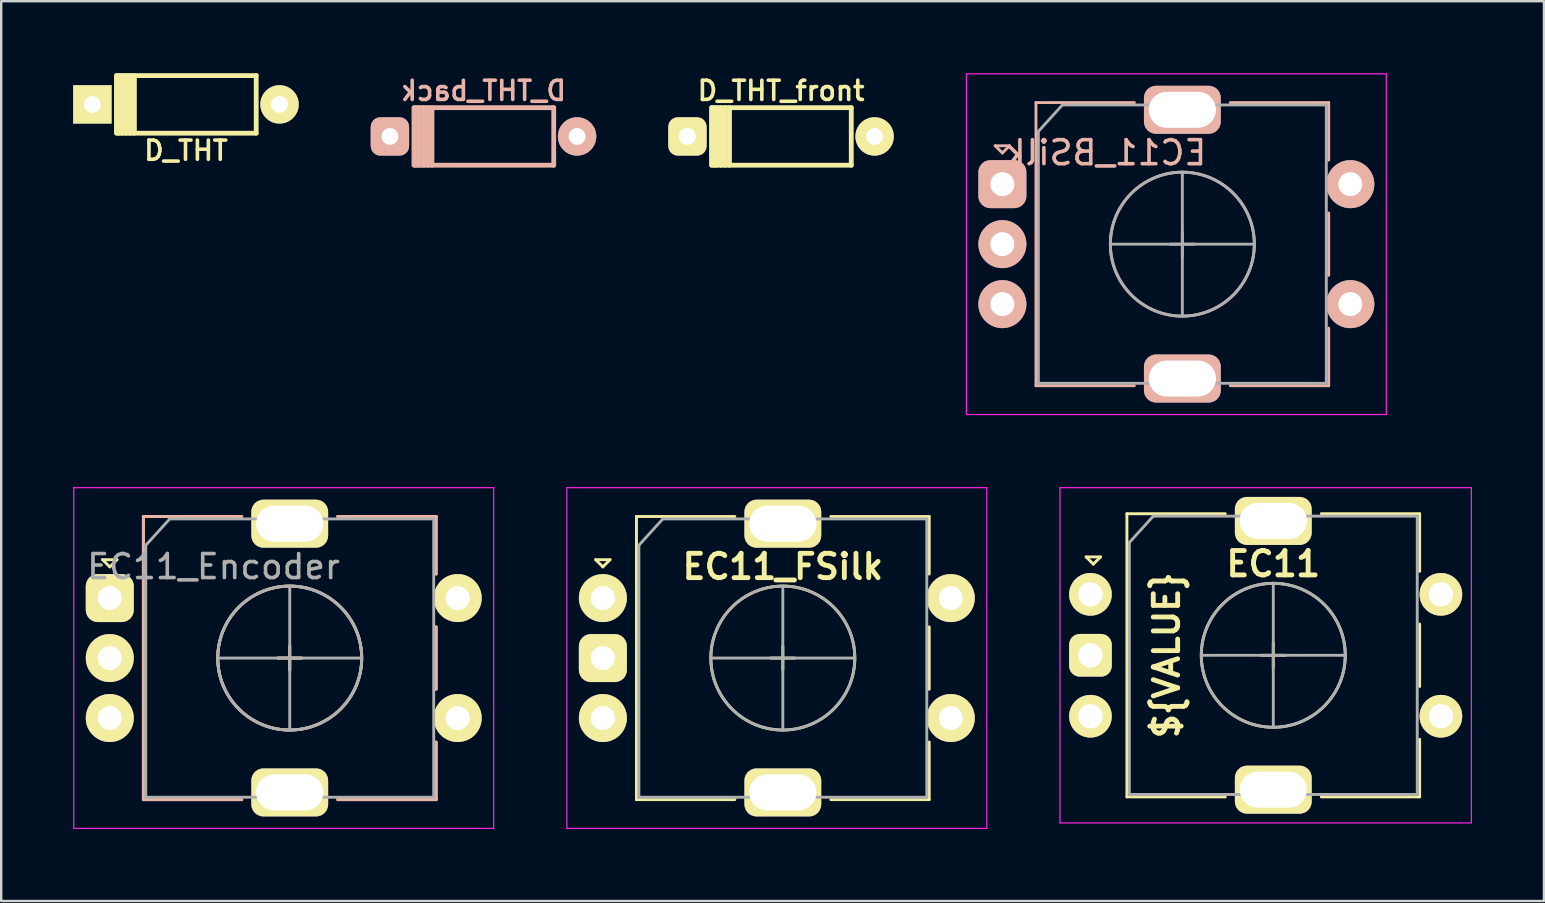
<source format=kicad_pcb>
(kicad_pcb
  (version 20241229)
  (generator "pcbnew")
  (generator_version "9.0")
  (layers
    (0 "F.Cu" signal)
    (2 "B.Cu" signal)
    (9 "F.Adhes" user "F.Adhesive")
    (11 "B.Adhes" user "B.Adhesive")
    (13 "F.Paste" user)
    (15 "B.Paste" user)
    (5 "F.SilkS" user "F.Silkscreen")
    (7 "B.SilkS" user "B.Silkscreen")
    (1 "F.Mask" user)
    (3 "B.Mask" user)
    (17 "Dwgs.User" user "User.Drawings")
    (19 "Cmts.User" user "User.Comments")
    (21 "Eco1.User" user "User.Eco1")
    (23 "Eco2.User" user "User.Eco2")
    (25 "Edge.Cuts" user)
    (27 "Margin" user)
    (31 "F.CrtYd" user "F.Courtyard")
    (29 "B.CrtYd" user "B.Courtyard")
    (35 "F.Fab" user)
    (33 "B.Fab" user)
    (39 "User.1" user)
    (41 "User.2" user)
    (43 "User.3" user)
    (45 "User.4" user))
  (footprint "EC11_FSilk"
    (layer "F.Cu")
    (at 29.575 24.375)
    (property "Reference" "EC11_FSilk" (at 0 -3.81 0) (layer "F.SilkS") (effects (font (size 1.016 1.016) (thickness 0.203))))
    (property "Value" "${VALUE}" (at 3.175 3.81 0) (layer "F.Fab") (hide yes) (effects (font (size 1.016 1.016) (thickness 0.203))))
    (attr through_hole)
    (fp_line (start -7.8 -4.1) (end -7.2 -4.1) (stroke (width 0.12) (type solid)) (layer "F.SilkS"))
    (fp_line (start -7.5 -3.8) (end -7.8 -4.1) (stroke (width 0.12) (type solid)) (layer "F.SilkS"))
    (fp_line (start -7.2 -4.1) (end -7.5 -3.8) (stroke (width 0.12) (type solid)) (layer "F.SilkS"))
    (fp_line (start -6.1 -5.9) (end -6.1 5.9) (stroke (width 0.12) (type solid)) (layer "F.SilkS"))
    (fp_line (start -2 -5.9) (end -6.1 -5.9) (stroke (width 0.12) (type solid)) (layer "F.SilkS"))
    (fp_line (start -2 5.9) (end -6.1 5.9) (stroke (width 0.12) (type solid)) (layer "F.SilkS"))
    (fp_line (start -0.5 0) (end 0.5 0) (stroke (width 0.12) (type solid)) (layer "F.SilkS"))
    (fp_line (start 0 -0.5) (end 0 0.5) (stroke (width 0.12) (type solid)) (layer "F.SilkS"))
    (fp_line (start 2 -5.9) (end 6.1 -5.9) (stroke (width 0.12) (type solid)) (layer "F.SilkS"))
    (fp_line (start 6.1 -5.9) (end 6.1 -3.5) (stroke (width 0.12) (type solid)) (layer "F.SilkS"))
    (fp_line (start 6.1 -1.3) (end 6.1 1.3) (stroke (width 0.12) (type solid)) (layer "F.SilkS"))
    (fp_line (start 6.1 3.5) (end 6.1 5.9) (stroke (width 0.12) (type solid)) (layer "F.SilkS"))
    (fp_line (start 6.1 5.9) (end 2 5.9) (stroke (width 0.12) (type solid)) (layer "F.SilkS"))
    (fp_circle (center 0 0) (end 3 0) (stroke (width 0.12) (type solid)) (fill no) (layer "F.SilkS"))
    (fp_line (start -9 -7.1) (end -9 7.1) (stroke (width 0.05) (type solid)) (layer "F.CrtYd"))
    (fp_line (start -9 -7.1) (end 8.5 -7.1) (stroke (width 0.05) (type solid)) (layer "F.CrtYd"))
    (fp_line (start 8.5 7.1) (end -9 7.1) (stroke (width 0.05) (type solid)) (layer "F.CrtYd"))
    (fp_line (start 8.5 7.1) (end 8.5 -7.1) (stroke (width 0.05) (type solid)) (layer "F.CrtYd"))
    (fp_line (start -6 -4.7) (end -5 -5.8) (stroke (width 0.12) (type solid)) (layer "F.Fab"))
    (fp_line (start -6 5.8) (end -6 -4.7) (stroke (width 0.12) (type solid)) (layer "F.Fab"))
    (fp_line (start -5 -5.8) (end 6 -5.8) (stroke (width 0.12) (type solid)) (layer "F.Fab"))
    (fp_line (start -3 0) (end 3 0) (stroke (width 0.12) (type solid)) (layer "F.Fab"))
    (fp_line (start 0 -3) (end 0 3) (stroke (width 0.12) (type solid)) (layer "F.Fab"))
    (fp_line (start 6 -5.8) (end 6 5.8) (stroke (width 0.12) (type solid)) (layer "F.Fab"))
    (fp_line (start 6 5.8) (end -6 5.8) (stroke (width 0.12) (type solid)) (layer "F.Fab"))
    (fp_circle (center 0 0) (end 3 0) (stroke (width 0.12) (type solid)) (fill no) (layer "F.Fab"))
    (pad "A" thru_hole circle (at -7.5 -2.5) (size 2 2) (drill 1) (layers "*.Cu" "*.Mask" "F.SilkS"))
    (pad "B" thru_hole circle (at -7.5 2.5) (size 2 2) (drill 1) (layers "*.Cu" "*.Mask" "F.SilkS"))
    (pad "C" thru_hole roundrect (at -7.5 0) (size 2 2) (drill 1) (layers "*.Cu" "*.Mask" "F.SilkS") (roundrect_rratio 0.25))
    (pad "MP" thru_hole roundrect (at 0 -5.6) (size 3.2 2) (drill oval 2.8 1.5) (layers "*.Cu" "*.Mask" "F.SilkS") (roundrect_rratio 0.25))
    (pad "MP" thru_hole roundrect (at 0 5.6) (size 3.2 2) (drill oval 2.8 1.5) (layers "*.Cu" "*.Mask" "F.SilkS") (roundrect_rratio 0.25))
    (pad "S1" thru_hole circle (at 7 -2.5) (size 2 2) (drill 1) (layers "*.Cu" "*.Mask" "F.SilkS"))
    (pad "S2" thru_hole circle (at 7 2.5) (size 2 2) (drill 1) (layers "*.Cu" "*.Mask" "F.SilkS")))
  (footprint "EC11_Encoder"
    (layer "F.Cu")
    (at 9.025 24.375)
    (property "Reference" "EC11_Encoder" (at -3.175 -3.81 0) (layer "F.Fab") (effects (font (size 1 1) (thickness 0.15))))
    (attr through_hole)
    (fp_line (start -7.8 -4.1) (end -7.2 -4.1) (stroke (width 0.12) (type solid)) (layer "F.SilkS"))
    (fp_line (start -7.5 -3.8) (end -7.8 -4.1) (stroke (width 0.12) (type solid)) (layer "F.SilkS"))
    (fp_line (start -7.2 -4.1) (end -7.5 -3.8) (stroke (width 0.12) (type solid)) (layer "F.SilkS"))
    (fp_line (start -6.1 -5.9) (end -6.1 5.9) (stroke (width 0.12) (type solid)) (layer "F.SilkS"))
    (fp_line (start -2 -5.9) (end -6.1 -5.9) (stroke (width 0.12) (type solid)) (layer "F.SilkS"))
    (fp_line (start -2 5.9) (end -6.1 5.9) (stroke (width 0.12) (type solid)) (layer "F.SilkS"))
    (fp_line (start -0.5 0) (end 0.5 0) (stroke (width 0.12) (type solid)) (layer "F.SilkS"))
    (fp_line (start 0 -0.5) (end 0 0.5) (stroke (width 0.12) (type solid)) (layer "F.SilkS"))
    (fp_line (start 2 -5.9) (end 6.1 -5.9) (stroke (width 0.12) (type solid)) (layer "F.SilkS"))
    (fp_line (start 6.1 -5.9) (end 6.1 -3.5) (stroke (width 0.12) (type solid)) (layer "F.SilkS"))
    (fp_line (start 6.1 -1.3) (end 6.1 1.3) (stroke (width 0.12) (type solid)) (layer "F.SilkS"))
    (fp_line (start 6.1 3.5) (end 6.1 5.9) (stroke (width 0.12) (type solid)) (layer "F.SilkS"))
    (fp_line (start 6.1 5.9) (end 2 5.9) (stroke (width 0.12) (type solid)) (layer "F.SilkS"))
    (fp_circle (center 0 0) (end 3 0) (stroke (width 0.12) (type solid)) (fill no) (layer "F.SilkS"))
    (fp_line (start -6.1 5.9) (end -6.1 -5.9) (stroke (width 0.12) (type solid)) (layer "B.SilkS"))
    (fp_line (start -2 -5.9) (end -6.1 -5.9) (stroke (width 0.12) (type solid)) (layer "B.SilkS"))
    (fp_line (start -2 5.9) (end -6.1 5.9) (stroke (width 0.12) (type solid)) (layer "B.SilkS"))
    (fp_line (start -0.5 0) (end 0.5 0) (stroke (width 0.12) (type solid)) (layer "B.SilkS"))
    (fp_line (start 0 0.5) (end 0 -0.5) (stroke (width 0.12) (type solid)) (layer "B.SilkS"))
    (fp_line (start 2 5.9) (end 6.1 5.9) (stroke (width 0.12) (type solid)) (layer "B.SilkS"))
    (fp_line (start 6.1 -5.9) (end 2 -5.9) (stroke (width 0.12) (type solid)) (layer "B.SilkS"))
    (fp_line (start 6.1 -3.5) (end 6.1 -5.9) (stroke (width 0.12) (type solid)) (layer "B.SilkS"))
    (fp_line (start 6.1 1.3) (end 6.1 -1.3) (stroke (width 0.12) (type solid)) (layer "B.SilkS"))
    (fp_line (start 6.1 5.9) (end 6.1 3.5) (stroke (width 0.12) (type solid)) (layer "B.SilkS"))
    (fp_circle (center 0 0) (end 3 0) (stroke (width 0.12) (type solid)) (fill no) (layer "B.SilkS"))
    (fp_line (start -9 -7.1) (end -9 7.1) (stroke (width 0.05) (type solid)) (layer "F.CrtYd"))
    (fp_line (start -9 -7.1) (end 8.5 -7.1) (stroke (width 0.05) (type solid)) (layer "F.CrtYd"))
    (fp_line (start 8.5 7.1) (end -9 7.1) (stroke (width 0.05) (type solid)) (layer "F.CrtYd"))
    (fp_line (start 8.5 7.1) (end 8.5 -7.1) (stroke (width 0.05) (type solid)) (layer "F.CrtYd"))
    (fp_line (start -6 -4.7) (end -5 -5.8) (stroke (width 0.12) (type solid)) (layer "F.Fab"))
    (fp_line (start -6 5.8) (end -6 -4.7) (stroke (width 0.12) (type solid)) (layer "F.Fab"))
    (fp_line (start -5 -5.8) (end 6 -5.8) (stroke (width 0.12) (type solid)) (layer "F.Fab"))
    (fp_line (start -3 0) (end 3 0) (stroke (width 0.12) (type solid)) (layer "F.Fab"))
    (fp_line (start 0 -3) (end 0 3) (stroke (width 0.12) (type solid)) (layer "F.Fab"))
    (fp_line (start 6 -5.8) (end 6 5.8) (stroke (width 0.12) (type solid)) (layer "F.Fab"))
    (fp_line (start 6 5.8) (end -6 5.8) (stroke (width 0.12) (type solid)) (layer "F.Fab"))
    (fp_circle (center 0 0) (end 3 0) (stroke (width 0.12) (type solid)) (fill no) (layer "F.Fab"))
    (pad "A" thru_hole roundrect (at -7.5 -2.5) (size 2 2) (drill 1) (layers "*.Cu" "*.Mask" "F.SilkS") (roundrect_rratio 0.25))
    (pad "B" thru_hole circle (at -7.5 2.5) (size 2 2) (drill 1) (layers "*.Cu" "*.Mask" "F.SilkS"))
    (pad "C" thru_hole circle (at -7.5 0) (size 2 2) (drill 1) (layers "*.Cu" "*.Mask" "F.SilkS"))
    (pad "MP" thru_hole roundrect (at 0 -5.6) (size 3.2 2) (drill oval 2.8 1.5) (layers "*.Cu" "*.Mask" "F.SilkS") (roundrect_rratio 0.25))
    (pad "MP" thru_hole roundrect (at 0 5.6) (size 3.2 2) (drill oval 2.8 1.5) (layers "*.Cu" "*.Mask" "F.SilkS") (roundrect_rratio 0.25))
    (pad "S1" thru_hole circle (at 7 2.5) (size 2 2) (drill 1) (layers "*.Cu" "*.Mask" "F.SilkS"))
    (pad "S2" thru_hole circle (at 7 -2.5) (size 2 2) (drill 1) (layers "*.Cu" "*.Mask" "F.SilkS")))
  (footprint "D_THT_front"
    (layer "F.Cu")
    (at 29.5 2.636)
    (property "Reference" "D_THT_front" (at 0 -1.905 0) (layer "F.SilkS") (effects (font (size 0.8 0.8) (thickness 0.15))))
    (property "Value" "${VALUE}" (at 0 1.905 0) (layer "F.SilkS") (hide yes) (effects (font (size 0.8 0.8) (thickness 0.15))))
    (attr smd)
    (fp_line (start -2.898 1.2) (end -2.898 -1.2) (stroke (width 0.2) (type solid)) (layer "F.SilkS"))
    (fp_line (start -2.873 -1.2) (end 2.927 -1.2) (stroke (width 0.2) (type solid)) (layer "F.SilkS"))
    (fp_line (start -2.798 -1.2) (end -2.798 1.2) (stroke (width 0.2) (type solid)) (layer "F.SilkS"))
    (fp_line (start -2.673 -1.2) (end -2.673 1.2) (stroke (width 0.2) (type solid)) (layer "F.SilkS"))
    (fp_line (start -2.498 -1.2) (end -2.498 1.2) (stroke (width 0.2) (type solid)) (layer "F.SilkS"))
    (fp_line (start -2.323 -1.2) (end -2.323 1.2) (stroke (width 0.2) (type solid)) (layer "F.SilkS"))
    (fp_line (start -2.148 -1.2) (end -2.148 1.2) (stroke (width 0.2) (type solid)) (layer "F.SilkS"))
    (fp_line (start 2.927 -1.2) (end 2.927 1.2) (stroke (width 0.2) (type solid)) (layer "F.SilkS"))
    (fp_line (start 2.927 1.2) (end -2.873 1.2) (stroke (width 0.2) (type solid)) (layer "F.SilkS"))
    (pad "1" thru_hole roundrect (at -3.9 0) (size 1.6 1.6) (drill 0.7) (layers "*.Cu" "*.Mask" "F.SilkS") (roundrect_rratio 0.25))
    (pad "2" thru_hole circle (at 3.9 0) (size 1.6 1.6) (drill 0.7) (layers "*.Cu" "*.Mask" "F.SilkS")))
  (footprint "EC11_BSilk"
    (layer "F.Cu")
    (at 46.225 7.125)
    (property "Reference" "EC11_BSilk" (at -3.175 -3.81 0) (layer "B.SilkS") (effects (font (size 1 1) (thickness 0.15)) (justify mirror)))
    (property "Value" "${VALUE}" (at 3.175 3.81 0) (layer "B.Fab") (hide yes) (effects (font (size 1 1) (thickness 0.15)) (justify mirror)))
    (attr through_hole)
    (fp_line (start -7.8 -4.1) (end -7.2 -4.1) (stroke (width 0.12) (type solid)) (layer "B.SilkS"))
    (fp_line (start -7.5 -3.8) (end -7.8 -4.1) (stroke (width 0.12) (type solid)) (layer "B.SilkS"))
    (fp_line (start -7.2 -4.1) (end -7.5 -3.8) (stroke (width 0.12) (type solid)) (layer "B.SilkS"))
    (fp_line (start -6.1 5.9) (end -6.1 -5.9) (stroke (width 0.12) (type solid)) (layer "B.SilkS"))
    (fp_line (start -2 -5.9) (end -6.1 -5.9) (stroke (width 0.12) (type solid)) (layer "B.SilkS"))
    (fp_line (start -2 5.9) (end -6.1 5.9) (stroke (width 0.12) (type solid)) (layer "B.SilkS"))
    (fp_line (start -0.5 0) (end 0.5 0) (stroke (width 0.12) (type solid)) (layer "B.SilkS"))
    (fp_line (start 0 0.5) (end 0 -0.5) (stroke (width 0.12) (type solid)) (layer "B.SilkS"))
    (fp_line (start 2 5.9) (end 6.1 5.9) (stroke (width 0.12) (type solid)) (layer "B.SilkS"))
    (fp_line (start 6.1 -5.9) (end 2 -5.9) (stroke (width 0.12) (type solid)) (layer "B.SilkS"))
    (fp_line (start 6.1 -3.5) (end 6.1 -5.9) (stroke (width 0.12) (type solid)) (layer "B.SilkS"))
    (fp_line (start 6.1 1.3) (end 6.1 -1.3) (stroke (width 0.12) (type solid)) (layer "B.SilkS"))
    (fp_line (start 6.1 5.9) (end 6.1 3.5) (stroke (width 0.12) (type solid)) (layer "B.SilkS"))
    (fp_circle (center 0 0) (end 3 0) (stroke (width 0.12) (type solid)) (fill no) (layer "B.SilkS"))
    (fp_line (start -9 -7.1) (end -9 7.1) (stroke (width 0.05) (type solid)) (layer "F.CrtYd"))
    (fp_line (start -9 -7.1) (end 8.5 -7.1) (stroke (width 0.05) (type solid)) (layer "F.CrtYd"))
    (fp_line (start 8.5 7.1) (end -9 7.1) (stroke (width 0.05) (type solid)) (layer "F.CrtYd"))
    (fp_line (start 8.5 7.1) (end 8.5 -7.1) (stroke (width 0.05) (type solid)) (layer "F.CrtYd"))
    (fp_line (start -6 -4.7) (end -5 -5.8) (stroke (width 0.12) (type solid)) (layer "F.Fab"))
    (fp_line (start -6 5.8) (end -6 -4.7) (stroke (width 0.12) (type solid)) (layer "F.Fab"))
    (fp_line (start -5 -5.8) (end 6 -5.8) (stroke (width 0.12) (type solid)) (layer "F.Fab"))
    (fp_line (start -3 0) (end 3 0) (stroke (width 0.12) (type solid)) (layer "F.Fab"))
    (fp_line (start 0 -3) (end 0 3) (stroke (width 0.12) (type solid)) (layer "F.Fab"))
    (fp_line (start 6 -5.8) (end 6 5.8) (stroke (width 0.12) (type solid)) (layer "F.Fab"))
    (fp_line (start 6 5.8) (end -6 5.8) (stroke (width 0.12) (type solid)) (layer "F.Fab"))
    (fp_circle (center 0 0) (end 3 0) (stroke (width 0.12) (type solid)) (fill no) (layer "F.Fab"))
    (pad "A" thru_hole roundrect (at -7.5 -2.5) (size 2 2) (drill 1) (layers "*.Cu" "*.Mask" "B.SilkS") (roundrect_rratio 0.25))
    (pad "B" thru_hole circle (at -7.5 2.5) (size 2 2) (drill 1) (layers "*.Cu" "*.Mask" "B.SilkS"))
    (pad "C" thru_hole circle (at -7.5 0) (size 2 2) (drill 1) (layers "*.Cu" "*.Mask" "B.SilkS"))
    (pad "MP" thru_hole roundrect (at 0 -5.6) (size 3.2 2) (drill oval 2.8 1.5) (layers "*.Cu" "*.Mask" "B.SilkS") (roundrect_rratio 0.25))
    (pad "MP" thru_hole roundrect (at 0 5.6) (size 3.2 2) (drill oval 2.8 1.5) (layers "*.Cu" "*.Mask" "B.SilkS") (roundrect_rratio 0.25))
    (pad "S1" thru_hole circle (at 7 -2.5) (size 2 2) (drill 1) (layers "*.Cu" "*.Mask" "B.SilkS"))
    (pad "S2" thru_hole circle (at 7 2.5) (size 2 2) (drill 1) (layers "*.Cu" "*.Mask" "B.SilkS")))
  (footprint "D_THT"
    (layer "F.Cu")
    (at 4.7 1.3)
    (property "Reference" "D_THT" (at 0 1.925 0) (layer "F.SilkS") (effects (font (size 0.8 0.8) (thickness 0.15))))
    (attr smd)
    (fp_line (start -2.898 1.2) (end -2.898 -1.2) (stroke (width 0.2) (type solid)) (layer "F.SilkS"))
    (fp_line (start -2.873 -1.2) (end 2.927 -1.2) (stroke (width 0.2) (type solid)) (layer "F.SilkS"))
    (fp_line (start -2.798 -1.2) (end -2.798 1.2) (stroke (width 0.2) (type solid)) (layer "F.SilkS"))
    (fp_line (start -2.673 -1.2) (end -2.673 1.2) (stroke (width 0.2) (type solid)) (layer "F.SilkS"))
    (fp_line (start -2.498 -1.2) (end -2.498 1.2) (stroke (width 0.2) (type solid)) (layer "F.SilkS"))
    (fp_line (start -2.323 -1.2) (end -2.323 1.2) (stroke (width 0.2) (type solid)) (layer "F.SilkS"))
    (fp_line (start -2.148 -1.2) (end -2.148 1.2) (stroke (width 0.2) (type solid)) (layer "F.SilkS"))
    (fp_line (start 2.927 -1.2) (end 2.927 1.2) (stroke (width 0.2) (type solid)) (layer "F.SilkS"))
    (fp_line (start 2.927 1.2) (end -2.873 1.2) (stroke (width 0.2) (type solid)) (layer "F.SilkS"))
    (pad "1" thru_hole rect (at -3.9 0) (size 1.6 1.6) (drill 0.7) (layers "*.Cu" "*.Mask" "F.SilkS"))
    (pad "2" thru_hole circle (at 3.9 0) (size 1.6 1.6) (drill 0.7) (layers "*.Cu" "*.Mask" "F.SilkS")))
  (footprint "D_THT_back"
    (layer "F.Cu")
    (at 17.1 2.636)
    (property "Reference" "D_THT_back" (at 0 -1.905 0) (layer "B.SilkS") (effects (font (size 0.8 0.8) (thickness 0.15)) (justify mirror)))
    (property "Value" "${VALUE}" (at 0 1.905 0) (layer "B.Fab") (hide yes) (effects (font (size 0.8 0.8) (thickness 0.15)) (justify mirror)))
    (attr smd)
    (fp_line (start -2.898 -1.2) (end -2.898 1.2) (stroke (width 0.2) (type solid)) (layer "B.SilkS"))
    (fp_line (start -2.873 1.2) (end 2.927 1.2) (stroke (width 0.2) (type solid)) (layer "B.SilkS"))
    (fp_line (start -2.798 1.2) (end -2.798 -1.2) (stroke (width 0.2) (type solid)) (layer "B.SilkS"))
    (fp_line (start -2.673 1.2) (end -2.673 -1.2) (stroke (width 0.2) (type solid)) (layer "B.SilkS"))
    (fp_line (start -2.498 1.2) (end -2.498 -1.2) (stroke (width 0.2) (type solid)) (layer "B.SilkS"))
    (fp_line (start -2.323 1.2) (end -2.323 -1.2) (stroke (width 0.2) (type solid)) (layer "B.SilkS"))
    (fp_line (start -2.148 1.2) (end -2.148 -1.2) (stroke (width 0.2) (type solid)) (layer "B.SilkS"))
    (fp_line (start 2.927 -1.2) (end -2.873 -1.2) (stroke (width 0.2) (type solid)) (layer "B.SilkS"))
    (fp_line (start 2.927 1.2) (end 2.927 -1.2) (stroke (width 0.2) (type solid)) (layer "B.SilkS"))
    (pad "1" thru_hole roundrect (at -3.9 0) (size 1.6 1.6) (drill 0.7) (layers "*.Cu" "*.Mask" "B.SilkS") (roundrect_rratio 0.25))
    (pad "2" thru_hole circle (at 3.9 0) (size 1.6 1.6) (drill 0.7) (layers "*.Cu" "*.Mask" "B.SilkS")))
  (footprint "EC11"
    (layer "F.Cu")
    (at 50.015 24.26)
    (property "Reference" "EC11" (at 0 -3.81 0) (layer "F.SilkS") (effects (font (size 1.016 1.016) (thickness 0.203))))
    (property "Value" "${VALUE}" (at 3.175 3.81 0) (layer "F.Fab") (hide yes) (effects (font (size 1.016 1.016) (thickness 0.203))))
    (attr through_hole)
    (fp_line (start -7.8 -4.1) (end -7.2 -4.1) (stroke (width 0.12) (type solid)) (layer "F.SilkS"))
    (fp_line (start -7.5 -3.8) (end -7.8 -4.1) (stroke (width 0.12) (type solid)) (layer "F.SilkS"))
    (fp_line (start -7.2 -4.1) (end -7.5 -3.8) (stroke (width 0.12) (type solid)) (layer "F.SilkS"))
    (fp_line (start -6.1 -5.9) (end -6.1 5.9) (stroke (width 0.12) (type solid)) (layer "F.SilkS"))
    (fp_line (start -2 -5.9) (end -6.1 -5.9) (stroke (width 0.12) (type solid)) (layer "F.SilkS"))
    (fp_line (start -2 5.9) (end -6.1 5.9) (stroke (width 0.12) (type solid)) (layer "F.SilkS"))
    (fp_line (start -0.5 0) (end 0.5 0) (stroke (width 0.12) (type solid)) (layer "F.SilkS"))
    (fp_line (start 0 -0.5) (end 0 0.5) (stroke (width 0.12) (type solid)) (layer "F.SilkS"))
    (fp_line (start 2 -5.9) (end 6.1 -5.9) (stroke (width 0.12) (type solid)) (layer "F.SilkS"))
    (fp_line (start 6.1 -5.9) (end 6.1 -3.5) (stroke (width 0.12) (type solid)) (layer "F.SilkS"))
    (fp_line (start 6.1 -1.3) (end 6.1 1.3) (stroke (width 0.12) (type solid)) (layer "F.SilkS"))
    (fp_line (start 6.1 3.5) (end 6.1 5.9) (stroke (width 0.12) (type solid)) (layer "F.SilkS"))
    (fp_line (start 6.1 5.9) (end 2 5.9) (stroke (width 0.12) (type solid)) (layer "F.SilkS"))
    (fp_circle (center 0 0) (end 3 0) (stroke (width 0.12) (type solid)) (fill no) (layer "F.SilkS"))
    (fp_line (start -8.89 -6.985) (end -8.89 6.985) (stroke (width 0.05) (type solid)) (layer "F.CrtYd"))
    (fp_line (start -8.89 -6.985) (end 8.255 -6.985) (stroke (width 0.05) (type solid)) (layer "F.CrtYd"))
    (fp_line (start 8.255 6.985) (end -8.89 6.985) (stroke (width 0.05) (type solid)) (layer "F.CrtYd"))
    (fp_line (start 8.255 6.985) (end 8.255 -6.985) (stroke (width 0.05) (type solid)) (layer "F.CrtYd"))
    (fp_line (start -6 -4.7) (end -5 -5.8) (stroke (width 0.12) (type solid)) (layer "F.Fab"))
    (fp_line (start -6 5.8) (end -6 -4.7) (stroke (width 0.12) (type solid)) (layer "F.Fab"))
    (fp_line (start -5 -5.8) (end 6 -5.8) (stroke (width 0.12) (type solid)) (layer "F.Fab"))
    (fp_line (start -3 0) (end 3 0) (stroke (width 0.12) (type solid)) (layer "F.Fab"))
    (fp_line (start 0 -3) (end 0 3) (stroke (width 0.12) (type solid)) (layer "F.Fab"))
    (fp_line (start 6 -5.8) (end 6 5.8) (stroke (width 0.12) (type solid)) (layer "F.Fab"))
    (fp_line (start 6 5.8) (end -6 5.8) (stroke (width 0.12) (type solid)) (layer "F.Fab"))
    (fp_circle (center 0 0) (end 3 0) (stroke (width 0.12) (type solid)) (fill no) (layer "F.Fab"))
    (fp_text user "${VALUE}" (at -4.445 0 90) (layer "F.SilkS") (effects (font (size 1.016 1.016) (thickness 0.203))))
    (pad "A" thru_hole circle (at -7.62 -2.54) (size 1.778 1.778) (drill 1.016) (layers "*.Cu" "*.Mask" "F.SilkS"))
    (pad "B" thru_hole circle (at -7.62 2.54) (size 1.778 1.778) (drill 1.016) (layers "*.Cu" "*.Mask" "F.SilkS"))
    (pad "C" thru_hole roundrect (at -7.62 0) (size 1.778 1.778) (drill 1.016) (layers "*.Cu" "*.Mask" "F.SilkS") (roundrect_rratio 0.25))
    (pad "MP" thru_hole roundrect (at 0 -5.6) (size 3.2 2) (drill oval 2.8 1.5) (layers "*.Cu" "*.Mask" "F.SilkS") (roundrect_rratio 0.25))
    (pad "MP" thru_hole roundrect (at 0 5.6) (size 3.2 2) (drill oval 2.8 1.5) (layers "*.Cu" "*.Mask" "F.SilkS") (roundrect_rratio 0.25))
    (pad "S1" thru_hole circle (at 6.985 -2.54) (size 1.778 1.778) (drill 1.016) (layers "*.Cu" "*.Mask" "F.SilkS"))
    (pad "S2" thru_hole circle (at 6.985 2.54) (size 1.778 1.778) (drill 1.016) (layers "*.Cu" "*.Mask" "F.SilkS")))
  (gr_rect
    (start -3 -3)
    (end 61.295 34.5)
    (stroke (width 0.1) (type default))
    (fill no)
    (layer "Edge.Cuts")))
</source>
